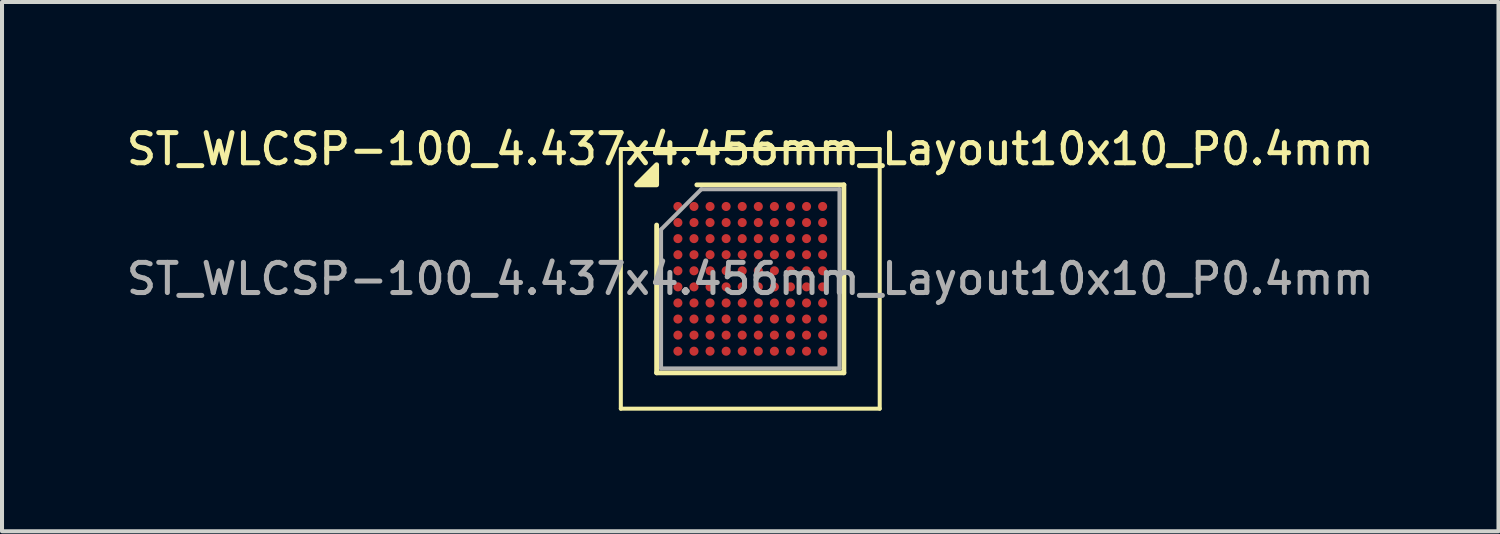
<source format=kicad_pcb>
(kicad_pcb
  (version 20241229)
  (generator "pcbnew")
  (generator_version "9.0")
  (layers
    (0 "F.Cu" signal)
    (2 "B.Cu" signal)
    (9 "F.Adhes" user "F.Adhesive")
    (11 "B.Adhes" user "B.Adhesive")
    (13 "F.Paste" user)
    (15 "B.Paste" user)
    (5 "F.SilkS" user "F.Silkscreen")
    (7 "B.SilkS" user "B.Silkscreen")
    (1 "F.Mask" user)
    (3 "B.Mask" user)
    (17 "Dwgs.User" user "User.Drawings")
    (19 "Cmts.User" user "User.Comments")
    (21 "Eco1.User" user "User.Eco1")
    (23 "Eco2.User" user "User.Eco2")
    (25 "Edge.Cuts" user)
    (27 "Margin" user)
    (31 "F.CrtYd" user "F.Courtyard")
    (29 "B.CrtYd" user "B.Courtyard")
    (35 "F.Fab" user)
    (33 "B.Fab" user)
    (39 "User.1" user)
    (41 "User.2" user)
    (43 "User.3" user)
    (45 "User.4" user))
  (footprint "ST_WLCSP-100_4.437x4.456mm_Layout10x10_P0.4mm"
    (layer "F.Cu")
    (at 15.613 3.886)
    (property "Reference" "ST_WLCSP-100_4.437x4.456mm_Layout10x10_P0.4mm" (at 0 -3.228 0) (layer "F.SilkS") (effects (font (size 0.75 0.75) (thickness 0.125))))
    (attr smd)
    (fp_line (start -3.22 -3.23) (end -3.22 3.23) (stroke (width 0.1) (type solid)) (layer "F.SilkS"))
    (fp_line (start -3.22 3.23) (end 3.22 3.23) (stroke (width 0.1) (type solid)) (layer "F.SilkS"))
    (fp_line (start -2.329 2.338) (end -2.329 -1.338) (stroke (width 0.12) (type solid)) (layer "F.SilkS"))
    (fp_line (start -1.329 -2.338) (end 2.329 -2.338) (stroke (width 0.12) (type solid)) (layer "F.SilkS"))
    (fp_line (start 2.329 -2.338) (end 2.329 2.338) (stroke (width 0.12) (type solid)) (layer "F.SilkS"))
    (fp_line (start 2.329 2.338) (end -2.329 2.338) (stroke (width 0.12) (type solid)) (layer "F.SilkS"))
    (fp_line (start 3.22 -3.23) (end -3.22 -3.23) (stroke (width 0.1) (type solid)) (layer "F.SilkS"))
    (fp_line (start 3.22 3.23) (end 3.22 -3.23) (stroke (width 0.1) (type solid)) (layer "F.SilkS"))
    (fp_poly (pts (xy -2.329 -2.338) (xy -2.829 -2.338) (xy -2.329 -2.838) (xy -2.329 -2.338)) (stroke (width 0.12) (type solid)) (fill yes) (layer "F.SilkS"))
    (fp_line (start -2.219 -1.228) (end -1.218 -2.228) (stroke (width 0.1) (type solid)) (layer "F.Fab"))
    (fp_line (start -2.219 2.228) (end -2.219 -1.228) (stroke (width 0.1) (type solid)) (layer "F.Fab"))
    (fp_line (start -1.218 -2.228) (end 2.219 -2.228) (stroke (width 0.1) (type solid)) (layer "F.Fab"))
    (fp_line (start 2.219 -2.228) (end 2.219 2.228) (stroke (width 0.1) (type solid)) (layer "F.Fab"))
    (fp_line (start 2.219 2.228) (end -2.219 2.228) (stroke (width 0.1) (type solid)) (layer "F.Fab"))
    (fp_text user "${REFERENCE}" (at 0 0 0) (layer "F.Fab") (effects (font (size 0.75 0.75) (thickness 0.125))))
    (pad "A1" smd circle (at -1.8 -1.8) (size 0.225 0.225) (property pad_prop_bga) (layers "F.Cu" "F.Mask" "F.Paste"))
    (pad "A2" smd circle (at -1.4 -1.8) (size 0.225 0.225) (property pad_prop_bga) (layers "F.Cu" "F.Mask" "F.Paste"))
    (pad "A3" smd circle (at -1 -1.8) (size 0.225 0.225) (property pad_prop_bga) (layers "F.Cu" "F.Mask" "F.Paste"))
    (pad "A4" smd circle (at -0.6 -1.8) (size 0.225 0.225) (property pad_prop_bga) (layers "F.Cu" "F.Mask" "F.Paste"))
    (pad "A5" smd circle (at -0.2 -1.8) (size 0.225 0.225) (property pad_prop_bga) (layers "F.Cu" "F.Mask" "F.Paste"))
    (pad "A6" smd circle (at 0.2 -1.8) (size 0.225 0.225) (property pad_prop_bga) (layers "F.Cu" "F.Mask" "F.Paste"))
    (pad "A7" smd circle (at 0.6 -1.8) (size 0.225 0.225) (property pad_prop_bga) (layers "F.Cu" "F.Mask" "F.Paste"))
    (pad "A8" smd circle (at 1 -1.8) (size 0.225 0.225) (property pad_prop_bga) (layers "F.Cu" "F.Mask" "F.Paste"))
    (pad "A9" smd circle (at 1.4 -1.8) (size 0.225 0.225) (property pad_prop_bga) (layers "F.Cu" "F.Mask" "F.Paste"))
    (pad "A10" smd circle (at 1.8 -1.8) (size 0.225 0.225) (property pad_prop_bga) (layers "F.Cu" "F.Mask" "F.Paste"))
    (pad "B1" smd circle (at -1.8 -1.4) (size 0.225 0.225) (property pad_prop_bga) (layers "F.Cu" "F.Mask" "F.Paste"))
    (pad "B2" smd circle (at -1.4 -1.4) (size 0.225 0.225) (property pad_prop_bga) (layers "F.Cu" "F.Mask" "F.Paste"))
    (pad "B3" smd circle (at -1 -1.4) (size 0.225 0.225) (property pad_prop_bga) (layers "F.Cu" "F.Mask" "F.Paste"))
    (pad "B4" smd circle (at -0.6 -1.4) (size 0.225 0.225) (property pad_prop_bga) (layers "F.Cu" "F.Mask" "F.Paste"))
    (pad "B5" smd circle (at -0.2 -1.4) (size 0.225 0.225) (property pad_prop_bga) (layers "F.Cu" "F.Mask" "F.Paste"))
    (pad "B6" smd circle (at 0.2 -1.4) (size 0.225 0.225) (property pad_prop_bga) (layers "F.Cu" "F.Mask" "F.Paste"))
    (pad "B7" smd circle (at 0.6 -1.4) (size 0.225 0.225) (property pad_prop_bga) (layers "F.Cu" "F.Mask" "F.Paste"))
    (pad "B8" smd circle (at 1 -1.4) (size 0.225 0.225) (property pad_prop_bga) (layers "F.Cu" "F.Mask" "F.Paste"))
    (pad "B9" smd circle (at 1.4 -1.4) (size 0.225 0.225) (property pad_prop_bga) (layers "F.Cu" "F.Mask" "F.Paste"))
    (pad "B10" smd circle (at 1.8 -1.4) (size 0.225 0.225) (property pad_prop_bga) (layers "F.Cu" "F.Mask" "F.Paste"))
    (pad "C1" smd circle (at -1.8 -1) (size 0.225 0.225) (property pad_prop_bga) (layers "F.Cu" "F.Mask" "F.Paste"))
    (pad "C2" smd circle (at -1.4 -1) (size 0.225 0.225) (property pad_prop_bga) (layers "F.Cu" "F.Mask" "F.Paste"))
    (pad "C3" smd circle (at -1 -1) (size 0.225 0.225) (property pad_prop_bga) (layers "F.Cu" "F.Mask" "F.Paste"))
    (pad "C4" smd circle (at -0.6 -1) (size 0.225 0.225) (property pad_prop_bga) (layers "F.Cu" "F.Mask" "F.Paste"))
    (pad "C5" smd circle (at -0.2 -1) (size 0.225 0.225) (property pad_prop_bga) (layers "F.Cu" "F.Mask" "F.Paste"))
    (pad "C6" smd circle (at 0.2 -1) (size 0.225 0.225) (property pad_prop_bga) (layers "F.Cu" "F.Mask" "F.Paste"))
    (pad "C7" smd circle (at 0.6 -1) (size 0.225 0.225) (property pad_prop_bga) (layers "F.Cu" "F.Mask" "F.Paste"))
    (pad "C8" smd circle (at 1 -1) (size 0.225 0.225) (property pad_prop_bga) (layers "F.Cu" "F.Mask" "F.Paste"))
    (pad "C9" smd circle (at 1.4 -1) (size 0.225 0.225) (property pad_prop_bga) (layers "F.Cu" "F.Mask" "F.Paste"))
    (pad "C10" smd circle (at 1.8 -1) (size 0.225 0.225) (property pad_prop_bga) (layers "F.Cu" "F.Mask" "F.Paste"))
    (pad "D1" smd circle (at -1.8 -0.6) (size 0.225 0.225) (property pad_prop_bga) (layers "F.Cu" "F.Mask" "F.Paste"))
    (pad "D2" smd circle (at -1.4 -0.6) (size 0.225 0.225) (property pad_prop_bga) (layers "F.Cu" "F.Mask" "F.Paste"))
    (pad "D3" smd circle (at -1 -0.6) (size 0.225 0.225) (property pad_prop_bga) (layers "F.Cu" "F.Mask" "F.Paste"))
    (pad "D4" smd circle (at -0.6 -0.6) (size 0.225 0.225) (property pad_prop_bga) (layers "F.Cu" "F.Mask" "F.Paste"))
    (pad "D5" smd circle (at -0.2 -0.6) (size 0.225 0.225) (property pad_prop_bga) (layers "F.Cu" "F.Mask" "F.Paste"))
    (pad "D6" smd circle (at 0.2 -0.6) (size 0.225 0.225) (property pad_prop_bga) (layers "F.Cu" "F.Mask" "F.Paste"))
    (pad "D7" smd circle (at 0.6 -0.6) (size 0.225 0.225) (property pad_prop_bga) (layers "F.Cu" "F.Mask" "F.Paste"))
    (pad "D8" smd circle (at 1 -0.6) (size 0.225 0.225) (property pad_prop_bga) (layers "F.Cu" "F.Mask" "F.Paste"))
    (pad "D9" smd circle (at 1.4 -0.6) (size 0.225 0.225) (property pad_prop_bga) (layers "F.Cu" "F.Mask" "F.Paste"))
    (pad "D10" smd circle (at 1.8 -0.6) (size 0.225 0.225) (property pad_prop_bga) (layers "F.Cu" "F.Mask" "F.Paste"))
    (pad "E1" smd circle (at -1.8 -0.2) (size 0.225 0.225) (property pad_prop_bga) (layers "F.Cu" "F.Mask" "F.Paste"))
    (pad "E2" smd circle (at -1.4 -0.2) (size 0.225 0.225) (property pad_prop_bga) (layers "F.Cu" "F.Mask" "F.Paste"))
    (pad "E3" smd circle (at -1 -0.2) (size 0.225 0.225) (property pad_prop_bga) (layers "F.Cu" "F.Mask" "F.Paste"))
    (pad "E4" smd circle (at -0.6 -0.2) (size 0.225 0.225) (property pad_prop_bga) (layers "F.Cu" "F.Mask" "F.Paste"))
    (pad "E5" smd circle (at -0.2 -0.2) (size 0.225 0.225) (property pad_prop_bga) (layers "F.Cu" "F.Mask" "F.Paste"))
    (pad "E6" smd circle (at 0.2 -0.2) (size 0.225 0.225) (property pad_prop_bga) (layers "F.Cu" "F.Mask" "F.Paste"))
    (pad "E7" smd circle (at 0.6 -0.2) (size 0.225 0.225) (property pad_prop_bga) (layers "F.Cu" "F.Mask" "F.Paste"))
    (pad "E8" smd circle (at 1 -0.2) (size 0.225 0.225) (property pad_prop_bga) (layers "F.Cu" "F.Mask" "F.Paste"))
    (pad "E9" smd circle (at 1.4 -0.2) (size 0.225 0.225) (property pad_prop_bga) (layers "F.Cu" "F.Mask" "F.Paste"))
    (pad "E10" smd circle (at 1.8 -0.2) (size 0.225 0.225) (property pad_prop_bga) (layers "F.Cu" "F.Mask" "F.Paste"))
    (pad "F1" smd circle (at -1.8 0.2) (size 0.225 0.225) (property pad_prop_bga) (layers "F.Cu" "F.Mask" "F.Paste"))
    (pad "F2" smd circle (at -1.4 0.2) (size 0.225 0.225) (property pad_prop_bga) (layers "F.Cu" "F.Mask" "F.Paste"))
    (pad "F3" smd circle (at -1 0.2) (size 0.225 0.225) (property pad_prop_bga) (layers "F.Cu" "F.Mask" "F.Paste"))
    (pad "F4" smd circle (at -0.6 0.2) (size 0.225 0.225) (property pad_prop_bga) (layers "F.Cu" "F.Mask" "F.Paste"))
    (pad "F5" smd circle (at -0.2 0.2) (size 0.225 0.225) (property pad_prop_bga) (layers "F.Cu" "F.Mask" "F.Paste"))
    (pad "F6" smd circle (at 0.2 0.2) (size 0.225 0.225) (property pad_prop_bga) (layers "F.Cu" "F.Mask" "F.Paste"))
    (pad "F7" smd circle (at 0.6 0.2) (size 0.225 0.225) (property pad_prop_bga) (layers "F.Cu" "F.Mask" "F.Paste"))
    (pad "F8" smd circle (at 1 0.2) (size 0.225 0.225) (property pad_prop_bga) (layers "F.Cu" "F.Mask" "F.Paste"))
    (pad "F9" smd circle (at 1.4 0.2) (size 0.225 0.225) (property pad_prop_bga) (layers "F.Cu" "F.Mask" "F.Paste"))
    (pad "F10" smd circle (at 1.8 0.2) (size 0.225 0.225) (property pad_prop_bga) (layers "F.Cu" "F.Mask" "F.Paste"))
    (pad "G1" smd circle (at -1.8 0.6) (size 0.225 0.225) (property pad_prop_bga) (layers "F.Cu" "F.Mask" "F.Paste"))
    (pad "G2" smd circle (at -1.4 0.6) (size 0.225 0.225) (property pad_prop_bga) (layers "F.Cu" "F.Mask" "F.Paste"))
    (pad "G3" smd circle (at -1 0.6) (size 0.225 0.225) (property pad_prop_bga) (layers "F.Cu" "F.Mask" "F.Paste"))
    (pad "G4" smd circle (at -0.6 0.6) (size 0.225 0.225) (property pad_prop_bga) (layers "F.Cu" "F.Mask" "F.Paste"))
    (pad "G5" smd circle (at -0.2 0.6) (size 0.225 0.225) (property pad_prop_bga) (layers "F.Cu" "F.Mask" "F.Paste"))
    (pad "G6" smd circle (at 0.2 0.6) (size 0.225 0.225) (property pad_prop_bga) (layers "F.Cu" "F.Mask" "F.Paste"))
    (pad "G7" smd circle (at 0.6 0.6) (size 0.225 0.225) (property pad_prop_bga) (layers "F.Cu" "F.Mask" "F.Paste"))
    (pad "G8" smd circle (at 1 0.6) (size 0.225 0.225) (property pad_prop_bga) (layers "F.Cu" "F.Mask" "F.Paste"))
    (pad "G9" smd circle (at 1.4 0.6) (size 0.225 0.225) (property pad_prop_bga) (layers "F.Cu" "F.Mask" "F.Paste"))
    (pad "G10" smd circle (at 1.8 0.6) (size 0.225 0.225) (property pad_prop_bga) (layers "F.Cu" "F.Mask" "F.Paste"))
    (pad "H1" smd circle (at -1.8 1) (size 0.225 0.225) (property pad_prop_bga) (layers "F.Cu" "F.Mask" "F.Paste"))
    (pad "H2" smd circle (at -1.4 1) (size 0.225 0.225) (property pad_prop_bga) (layers "F.Cu" "F.Mask" "F.Paste"))
    (pad "H3" smd circle (at -1 1) (size 0.225 0.225) (property pad_prop_bga) (layers "F.Cu" "F.Mask" "F.Paste"))
    (pad "H4" smd circle (at -0.6 1) (size 0.225 0.225) (property pad_prop_bga) (layers "F.Cu" "F.Mask" "F.Paste"))
    (pad "H5" smd circle (at -0.2 1) (size 0.225 0.225) (property pad_prop_bga) (layers "F.Cu" "F.Mask" "F.Paste"))
    (pad "H6" smd circle (at 0.2 1) (size 0.225 0.225) (property pad_prop_bga) (layers "F.Cu" "F.Mask" "F.Paste"))
    (pad "H7" smd circle (at 0.6 1) (size 0.225 0.225) (property pad_prop_bga) (layers "F.Cu" "F.Mask" "F.Paste"))
    (pad "H8" smd circle (at 1 1) (size 0.225 0.225) (property pad_prop_bga) (layers "F.Cu" "F.Mask" "F.Paste"))
    (pad "H9" smd circle (at 1.4 1) (size 0.225 0.225) (property pad_prop_bga) (layers "F.Cu" "F.Mask" "F.Paste"))
    (pad "H10" smd circle (at 1.8 1) (size 0.225 0.225) (property pad_prop_bga) (layers "F.Cu" "F.Mask" "F.Paste"))
    (pad "J1" smd circle (at -1.8 1.4) (size 0.225 0.225) (property pad_prop_bga) (layers "F.Cu" "F.Mask" "F.Paste"))
    (pad "J2" smd circle (at -1.4 1.4) (size 0.225 0.225) (property pad_prop_bga) (layers "F.Cu" "F.Mask" "F.Paste"))
    (pad "J3" smd circle (at -1 1.4) (size 0.225 0.225) (property pad_prop_bga) (layers "F.Cu" "F.Mask" "F.Paste"))
    (pad "J4" smd circle (at -0.6 1.4) (size 0.225 0.225) (property pad_prop_bga) (layers "F.Cu" "F.Mask" "F.Paste"))
    (pad "J5" smd circle (at -0.2 1.4) (size 0.225 0.225) (property pad_prop_bga) (layers "F.Cu" "F.Mask" "F.Paste"))
    (pad "J6" smd circle (at 0.2 1.4) (size 0.225 0.225) (property pad_prop_bga) (layers "F.Cu" "F.Mask" "F.Paste"))
    (pad "J7" smd circle (at 0.6 1.4) (size 0.225 0.225) (property pad_prop_bga) (layers "F.Cu" "F.Mask" "F.Paste"))
    (pad "J8" smd circle (at 1 1.4) (size 0.225 0.225) (property pad_prop_bga) (layers "F.Cu" "F.Mask" "F.Paste"))
    (pad "J9" smd circle (at 1.4 1.4) (size 0.225 0.225) (property pad_prop_bga) (layers "F.Cu" "F.Mask" "F.Paste"))
    (pad "J10" smd circle (at 1.8 1.4) (size 0.225 0.225) (property pad_prop_bga) (layers "F.Cu" "F.Mask" "F.Paste"))
    (pad "K1" smd circle (at -1.8 1.8) (size 0.225 0.225) (property pad_prop_bga) (layers "F.Cu" "F.Mask" "F.Paste"))
    (pad "K2" smd circle (at -1.4 1.8) (size 0.225 0.225) (property pad_prop_bga) (layers "F.Cu" "F.Mask" "F.Paste"))
    (pad "K3" smd circle (at -1 1.8) (size 0.225 0.225) (property pad_prop_bga) (layers "F.Cu" "F.Mask" "F.Paste"))
    (pad "K4" smd circle (at -0.6 1.8) (size 0.225 0.225) (property pad_prop_bga) (layers "F.Cu" "F.Mask" "F.Paste"))
    (pad "K5" smd circle (at -0.2 1.8) (size 0.225 0.225) (property pad_prop_bga) (layers "F.Cu" "F.Mask" "F.Paste"))
    (pad "K6" smd circle (at 0.2 1.8) (size 0.225 0.225) (property pad_prop_bga) (layers "F.Cu" "F.Mask" "F.Paste"))
    (pad "K7" smd circle (at 0.6 1.8) (size 0.225 0.225) (property pad_prop_bga) (layers "F.Cu" "F.Mask" "F.Paste"))
    (pad "K8" smd circle (at 1 1.8) (size 0.225 0.225) (property pad_prop_bga) (layers "F.Cu" "F.Mask" "F.Paste"))
    (pad "K9" smd circle (at 1.4 1.8) (size 0.225 0.225) (property pad_prop_bga) (layers "F.Cu" "F.Mask" "F.Paste"))
    (pad "K10" smd circle (at 1.8 1.8) (size 0.225 0.225) (property pad_prop_bga) (layers "F.Cu" "F.Mask" "F.Paste")))
  (gr_rect
    (start -3 -3)
    (end 34.225 10.166)
    (stroke (width 0.1) (type default))
    (fill no)
    (layer "Edge.Cuts")))
</source>
